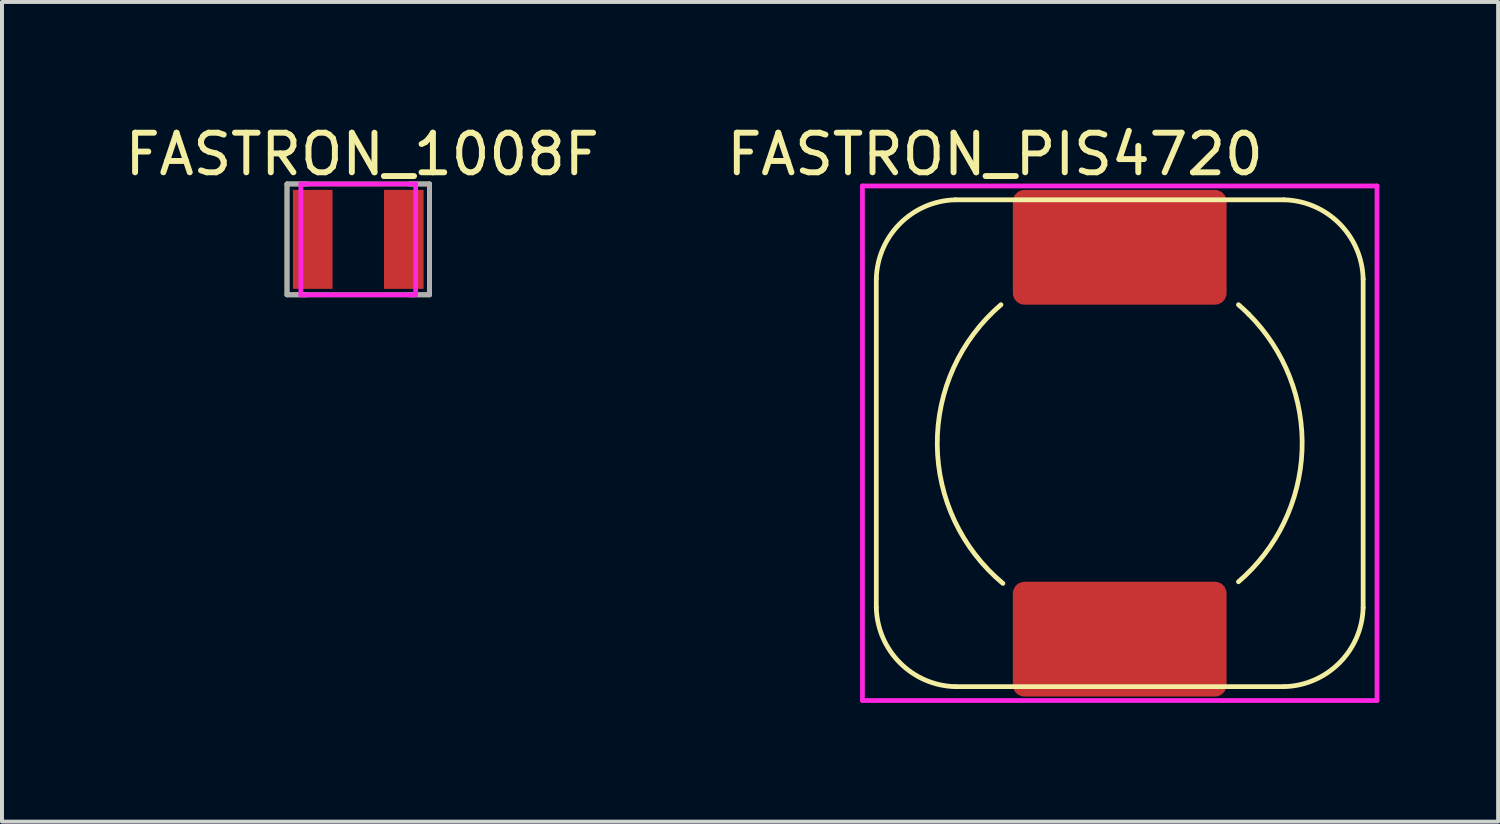
<source format=kicad_pcb>
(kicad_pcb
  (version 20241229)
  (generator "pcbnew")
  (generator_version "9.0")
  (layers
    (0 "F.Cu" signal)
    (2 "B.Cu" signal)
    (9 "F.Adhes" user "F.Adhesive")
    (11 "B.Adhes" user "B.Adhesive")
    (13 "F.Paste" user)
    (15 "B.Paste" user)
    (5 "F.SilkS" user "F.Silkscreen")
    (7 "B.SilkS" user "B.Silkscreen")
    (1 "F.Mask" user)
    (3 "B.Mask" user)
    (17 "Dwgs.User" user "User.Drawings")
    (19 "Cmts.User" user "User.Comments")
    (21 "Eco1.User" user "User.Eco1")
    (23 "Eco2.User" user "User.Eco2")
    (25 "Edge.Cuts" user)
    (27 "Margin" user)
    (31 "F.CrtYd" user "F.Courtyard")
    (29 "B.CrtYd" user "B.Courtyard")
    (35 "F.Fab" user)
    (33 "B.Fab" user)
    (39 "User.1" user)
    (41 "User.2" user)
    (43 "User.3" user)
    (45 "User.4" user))
  (footprint "FASTRON_1008F"
    (layer "F.Cu")
    (at 6.001 2.998)
    (property "Reference" "FASTRON_1008F" (at 0.1 -2.15 0) (layer "F.SilkS") (effects (font (size 1 1) (thickness 0.15))))
    (attr smd)
    (fp_line (start -1.8 -1.4) (end -1.8 1.4) (stroke (width 0.12) (type solid)) (layer "F.SilkS"))
    (fp_line (start -1.8 1.4) (end -1.3 1.4) (stroke (width 0.12) (type solid)) (layer "F.SilkS"))
    (fp_line (start -1.3 -1.4) (end -1.8 -1.4) (stroke (width 0.12) (type solid)) (layer "F.SilkS"))
    (fp_line (start 1.8 -1.4) (end 1.3 -1.4) (stroke (width 0.12) (type solid)) (layer "F.SilkS"))
    (fp_line (start 1.8 1.4) (end 1.3 1.4) (stroke (width 0.12) (type solid)) (layer "F.SilkS"))
    (fp_line (start 1.8 1.4) (end 1.8 -1.4) (stroke (width 0.12) (type solid)) (layer "F.SilkS"))
    (fp_line (start -1.45 -1.4) (end 1.45 -1.4) (stroke (width 0.12) (type solid)) (layer "F.CrtYd"))
    (fp_line (start -1.45 1.4) (end -1.45 -1.4) (stroke (width 0.12) (type solid)) (layer "F.CrtYd"))
    (fp_line (start 1.45 -1.4) (end 1.45 1.4) (stroke (width 0.12) (type solid)) (layer "F.CrtYd"))
    (fp_line (start 1.45 1.4) (end -1.45 1.4) (stroke (width 0.12) (type solid)) (layer "F.CrtYd"))
    (fp_line (start -1.8 -1.4) (end -1.8 1.4) (stroke (width 0.12) (type solid)) (layer "F.Fab"))
    (fp_line (start -1.8 1.4) (end 1.8 1.4) (stroke (width 0.12) (type solid)) (layer "F.Fab"))
    (fp_line (start 1.8 -1.4) (end -1.8 -1.4) (stroke (width 0.12) (type solid)) (layer "F.Fab"))
    (fp_line (start 1.8 1.4) (end 1.8 -1.4) (stroke (width 0.12) (type solid)) (layer "F.Fab"))
    (pad "1" smd rect (at -1.15 0) (size 1 2.5) (layers "F.Cu" "F.Mask" "F.Paste"))
    (pad "2" smd rect (at 1.15 0) (size 1 2.5) (layers "F.Cu" "F.Mask" "F.Paste")))
  (footprint "FASTRON_PIS4720"
    (layer "F.Cu")
    (at 25.239 8.148)
    (property "Reference" "FASTRON_PIS4720" (at -3.15 -7.3 0) (layer "F.SilkS") (effects (font (size 1 1) (thickness 0.15))))
    (attr through_hole)
    (fp_line (start -6.15 -4.15) (end -6.15 4.15) (stroke (width 0.12) (type solid)) (layer "F.SilkS"))
    (fp_line (start -4.15 -6.15) (end 4.15 -6.15) (stroke (width 0.12) (type solid)) (layer "F.SilkS"))
    (fp_line (start -4.15 6.15) (end 4.15 6.15) (stroke (width 0.12) (type solid)) (layer "F.SilkS"))
    (fp_line (start 6.15 4.15) (end 6.15 -4.15) (stroke (width 0.12) (type solid)) (layer "F.SilkS"))
    (fp_arc (start -6.149999 -4.150001) (mid -5.549999 -5.55) (end -4.149999 -6.149999) (stroke (width 0.12) (type solid)) (layer "F.SilkS"))
    (fp_arc (start -4.150001 6.149999) (mid -5.55 5.549999) (end -6.149999 4.149999) (stroke (width 0.12) (type solid)) (layer "F.SilkS"))
    (fp_arc (start -2.951103 3.541324) (mid -4.609659 0.03201) (end -2.999999 -3.499999) (stroke (width 0.12) (type solid)) (layer "F.SilkS"))
    (fp_arc (start 2.999998 -3.499998) (mid 3.132106 -3.38229) (end 3.259599 -3.259599) (stroke (width 0.12) (type solid)) (layer "F.SilkS"))
    (fp_arc (start 3.2596 -3.2596) (mid 4.606375 0.176907) (end 2.999999 3.499999) (stroke (width 0.12) (type solid)) (layer "F.SilkS"))
    (fp_arc (start 4.150001 -6.149999) (mid 5.55 -5.549999) (end 6.149999 -4.149999) (stroke (width 0.12) (type solid)) (layer "F.SilkS"))
    (fp_arc (start 6.149999 4.150001) (mid 5.549999 5.55) (end 4.149999 6.149999) (stroke (width 0.12) (type solid)) (layer "F.SilkS"))
    (fp_line (start -6.5 -6.5) (end 6.5 -6.5) (stroke (width 0.12) (type solid)) (layer "F.CrtYd"))
    (fp_line (start -6.5 6.5) (end -6.5 -6.5) (stroke (width 0.12) (type solid)) (layer "F.CrtYd"))
    (fp_line (start 6.5 -6.5) (end 6.5 6.5) (stroke (width 0.12) (type solid)) (layer "F.CrtYd"))
    (fp_line (start 6.5 6.5) (end -6.5 6.5) (stroke (width 0.12) (type solid)) (layer "F.CrtYd"))
    (pad "1" smd roundrect (at 0 -4.95) (size 5.4 2.9) (layers "F.Cu" "F.Mask" "F.Paste") (roundrect_rratio 0.1))
    (pad "2" smd roundrect (at 0 4.95) (size 5.4 2.9) (layers "F.Cu" "F.Mask" "F.Paste") (roundrect_rratio 0.1)))
  (gr_rect
    (start -3 -3)
    (end 34.799 17.708)
    (stroke (width 0.1) (type default))
    (fill no)
    (layer "Edge.Cuts")))
</source>
